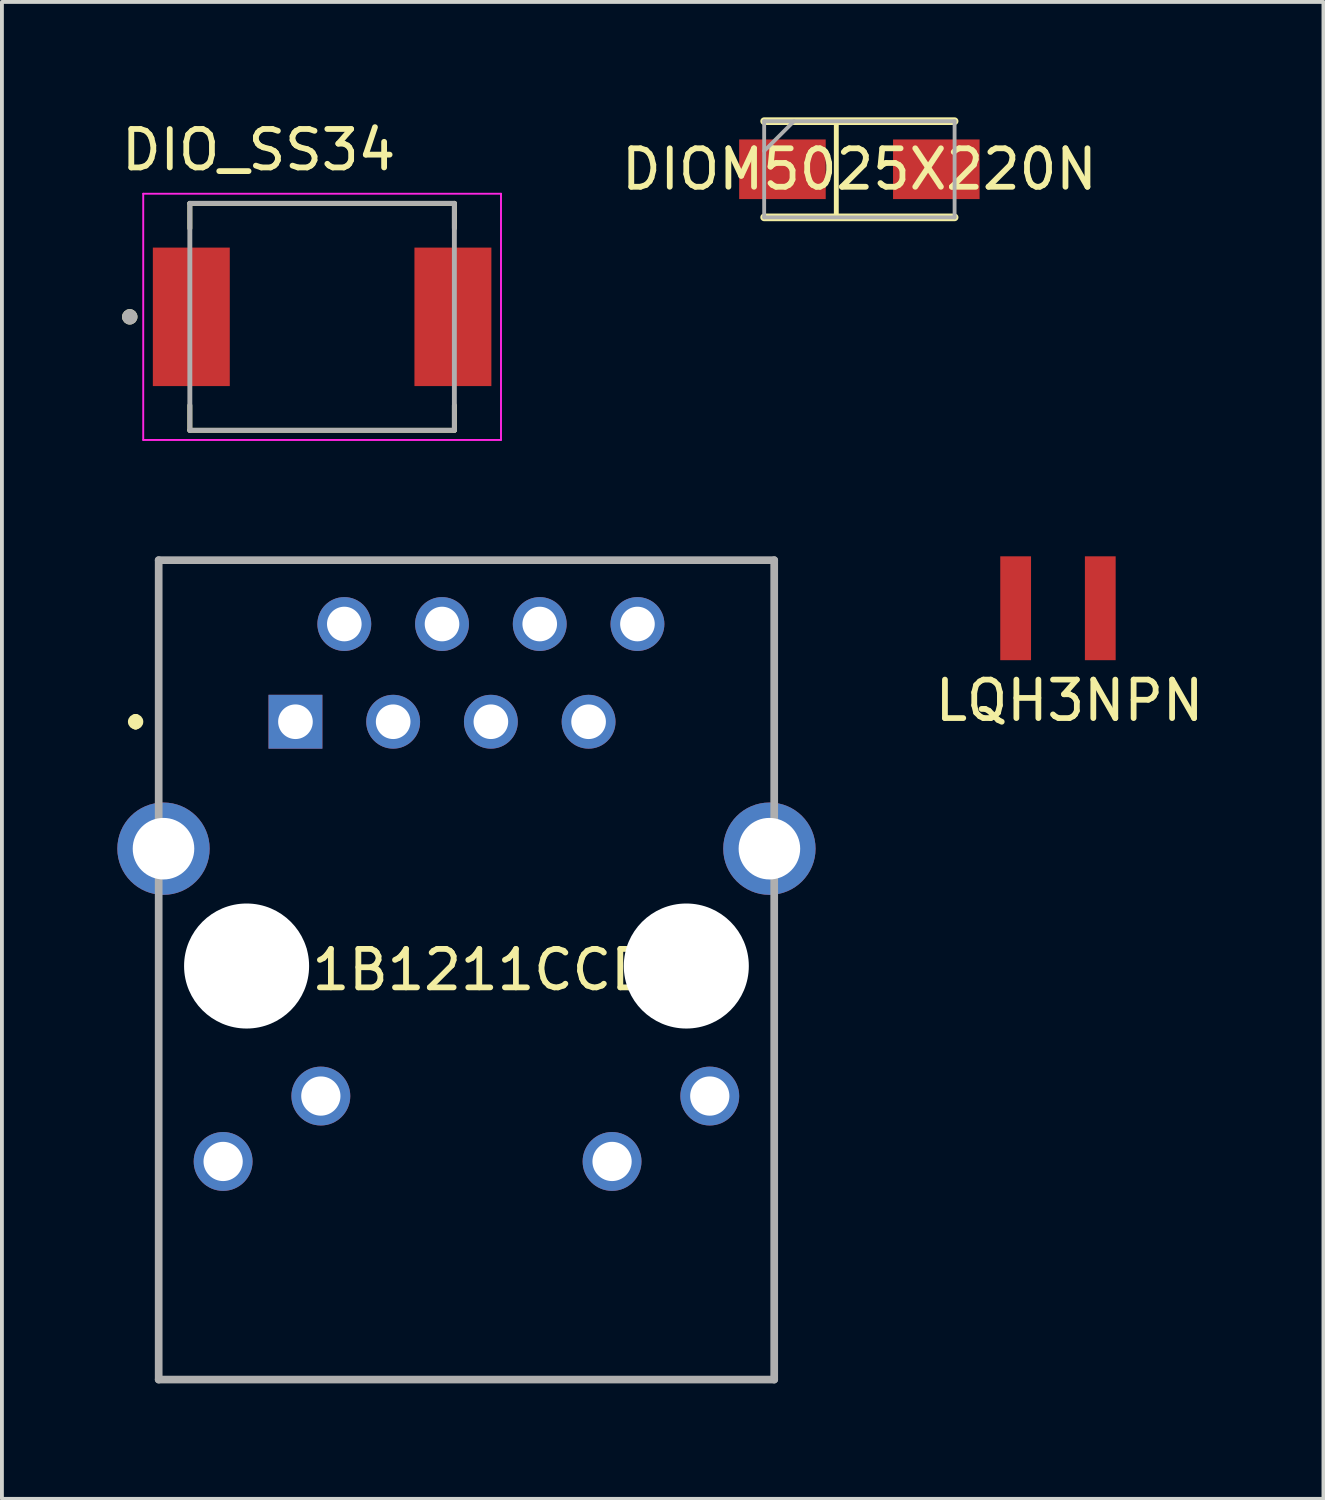
<source format=kicad_pcb>
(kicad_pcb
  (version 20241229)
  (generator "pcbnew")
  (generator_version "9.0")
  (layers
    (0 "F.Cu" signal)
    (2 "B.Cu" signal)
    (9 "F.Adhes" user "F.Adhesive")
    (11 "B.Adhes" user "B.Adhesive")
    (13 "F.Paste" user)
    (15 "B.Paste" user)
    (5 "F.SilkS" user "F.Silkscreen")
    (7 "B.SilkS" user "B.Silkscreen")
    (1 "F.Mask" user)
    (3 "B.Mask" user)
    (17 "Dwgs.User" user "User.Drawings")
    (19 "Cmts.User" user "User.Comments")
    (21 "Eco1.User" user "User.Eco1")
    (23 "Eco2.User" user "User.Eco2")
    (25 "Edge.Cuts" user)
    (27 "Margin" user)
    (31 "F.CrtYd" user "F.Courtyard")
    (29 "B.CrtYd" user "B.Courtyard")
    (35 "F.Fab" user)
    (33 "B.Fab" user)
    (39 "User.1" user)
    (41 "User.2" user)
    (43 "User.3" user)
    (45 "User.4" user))
  (footprint "LQH3NPN"
    (layer "F.Cu")
    (at 24.451 12.761)
    (property "Reference" "LQH3NPN" (at 0.3 2.4 0) (layer "F.SilkS") (effects (font (size 1 1) (thickness 0.15))))
    (attr through_hole)
    (pad "1" smd rect (at -1.1 0) (size 0.8 2.7) (layers "F.Cu" "F.Mask" "F.Paste"))
    (pad "2" smd rect (at 1.1 0) (size 0.8 2.7) (layers "F.Cu" "F.Mask" "F.Paste")))
  (footprint "J1B1211CCD"
    (layer "F.Cu")
    (at 9.075 22.161)
    (property "Reference" "J1B1211CCD" (at 0 0 0) (layer "F.SilkS") (effects (font (size 1 1) (thickness 0.15))))
    (attr through_hole)
    (fp_line (start -8.6 -6.55) (end -8.6 -6.55) (stroke (width 0.2) (type solid)) (layer "F.SilkS"))
    (fp_line (start -8.6 -6.35) (end -8.6 -6.35) (stroke (width 0.2) (type solid)) (layer "F.SilkS"))
    (fp_line (start -8 -10.65) (end 8 -10.65) (stroke (width 0.1) (type solid)) (layer "F.SilkS"))
    (fp_line (start -8 -4.85) (end -8 -10.65) (stroke (width 0.1) (type solid)) (layer "F.SilkS"))
    (fp_line (start -8 -1.35) (end -8 10.65) (stroke (width 0.1) (type solid)) (layer "F.SilkS"))
    (fp_line (start -8 10.65) (end 8 10.65) (stroke (width 0.1) (type solid)) (layer "F.SilkS"))
    (fp_line (start 8 -10.65) (end 8 -4.85) (stroke (width 0.1) (type solid)) (layer "F.SilkS"))
    (fp_line (start 8 10.65) (end 8 -1.35) (stroke (width 0.1) (type solid)) (layer "F.SilkS"))
    (fp_arc (start -8.6 -6.55) (mid -8.5 -6.45) (end -8.6 -6.35) (stroke (width 0.2) (type solid)) (layer "F.SilkS"))
    (fp_arc (start -8.6 -6.35) (mid -8.7 -6.45) (end -8.6 -6.55) (stroke (width 0.2) (type solid)) (layer "F.SilkS"))
    (fp_line (start -8 -10.65) (end 8 -10.65) (stroke (width 0.2) (type solid)) (layer "F.Fab"))
    (fp_line (start -8 10.65) (end -8 -10.65) (stroke (width 0.2) (type solid)) (layer "F.Fab"))
    (fp_line (start 8 -10.65) (end 8 10.65) (stroke (width 0.2) (type solid)) (layer "F.Fab"))
    (fp_line (start 8 10.65) (end -8 10.65) (stroke (width 0.2) (type solid)) (layer "F.Fab"))
    (pad "" np_thru_hole circle (at -5.715 -0.1) (size 3.25 3.25) (drill 3.25) (layers "*.Cu" "*.Mask"))
    (pad "" np_thru_hole circle (at 5.715 -0.1) (size 3.25 3.25) (drill 3.25) (layers "*.Cu" "*.Mask"))
    (pad "1" thru_hole rect (at -4.445 -6.45) (size 1.4 1.4) (drill 0.9) (layers "*.Cu" "*.Mask"))
    (pad "2" thru_hole circle (at -3.175 -8.99) (size 1.4 1.4) (drill 0.9) (layers "*.Cu" "*.Mask"))
    (pad "3" thru_hole circle (at -1.905 -6.45) (size 1.4 1.4) (drill 0.9) (layers "*.Cu" "*.Mask"))
    (pad "4" thru_hole circle (at -0.635 -8.99) (size 1.4 1.4) (drill 0.9) (layers "*.Cu" "*.Mask"))
    (pad "5" thru_hole circle (at 0.635 -6.45) (size 1.4 1.4) (drill 0.9) (layers "*.Cu" "*.Mask"))
    (pad "6" thru_hole circle (at 1.905 -8.99) (size 1.4 1.4) (drill 0.9) (layers "*.Cu" "*.Mask"))
    (pad "7" thru_hole circle (at 3.175 -6.45) (size 1.4 1.4) (drill 0.9) (layers "*.Cu" "*.Mask"))
    (pad "8" thru_hole circle (at 4.445 -8.99) (size 1.4 1.4) (drill 0.9) (layers "*.Cu" "*.Mask"))
    (pad "9" thru_hole circle (at -6.325 4.98) (size 1.53 1.53) (drill 1.02) (layers "*.Cu" "*.Mask"))
    (pad "10" thru_hole circle (at -3.785 3.28) (size 1.53 1.53) (drill 1.02) (layers "*.Cu" "*.Mask"))
    (pad "11" thru_hole circle (at 3.785 4.98) (size 1.53 1.53) (drill 1.02) (layers "*.Cu" "*.Mask"))
    (pad "12" thru_hole circle (at 6.325 3.28) (size 1.53 1.53) (drill 1.02) (layers "*.Cu" "*.Mask"))
    (pad "13" thru_hole circle (at -7.875 -3.15) (size 2.4 2.4) (drill 1.6) (layers "*.Cu" "*.Mask"))
    (pad "14" thru_hole circle (at 7.875 -3.15) (size 2.4 2.4) (drill 1.6) (layers "*.Cu" "*.Mask")))
  (footprint "DIOM5025X220N"
    (layer "F.Cu")
    (at 19.289 1.35)
    (property "Reference" "DIOM5025X220N" (at 0 0 0) (layer "F.SilkS") (effects (font (size 1 1) (thickness 0.15))))
    (attr smd)
    (fp_line (start -2.475 1.25) (end 2.475 1.25) (stroke (width 0.2) (type solid)) (layer "F.SilkS"))
    (fp_line (start -0.6 -1.2) (end -0.6 1.2) (stroke (width 0.127) (type solid)) (layer "F.SilkS"))
    (fp_line (start 2.475 -1.25) (end -2.475 -1.25) (stroke (width 0.2) (type solid)) (layer "F.SilkS"))
    (fp_line (start -2.475 -1.25) (end 2.475 -1.25) (stroke (width 0.1) (type solid)) (layer "F.Fab"))
    (fp_line (start -2.475 -0.475) (end -1.7 -1.25) (stroke (width 0.1) (type solid)) (layer "F.Fab"))
    (fp_line (start -2.475 1.25) (end -2.475 -1.25) (stroke (width 0.1) (type solid)) (layer "F.Fab"))
    (fp_line (start 2.475 -1.25) (end 2.475 1.25) (stroke (width 0.1) (type solid)) (layer "F.Fab"))
    (fp_line (start 2.475 1.25) (end -2.475 1.25) (stroke (width 0.1) (type solid)) (layer "F.Fab"))
    (pad "1" smd rect (at -2 0) (size 2.25 1.55) (layers "F.Cu" "F.Mask" "F.Paste"))
    (pad "2" smd rect (at 2 0) (size 2.25 1.55) (layers "F.Cu" "F.Mask" "F.Paste")))
  (footprint "DIO_SS34"
    (layer "F.Cu")
    (at 5.323 5.186)
    (property "Reference" "DIO_SS34" (at -1.65 -4.338 0) (layer "F.SilkS") (effects (font (size 1 1) (thickness 0.15))))
    (attr smd)
    (fp_line (start -3.438 -2.95) (end -3.438 -2.3) (stroke (width 0.127) (type solid)) (layer "F.SilkS"))
    (fp_line (start -3.438 2.95) (end -3.438 2.3) (stroke (width 0.127) (type solid)) (layer "F.SilkS"))
    (fp_line (start -3.438 2.95) (end 3.438 2.95) (stroke (width 0.127) (type solid)) (layer "F.SilkS"))
    (fp_line (start 3.438 -2.95) (end -3.438 -2.95) (stroke (width 0.127) (type solid)) (layer "F.SilkS"))
    (fp_line (start 3.438 -2.3) (end 3.438 -2.95) (stroke (width 0.127) (type solid)) (layer "F.SilkS"))
    (fp_line (start 3.438 2.95) (end 3.438 2.3) (stroke (width 0.127) (type solid)) (layer "F.SilkS"))
    (fp_circle (center -5 0) (end -4.9 0) (stroke (width 0.2) (type solid)) (fill no) (layer "F.SilkS"))
    (fp_line (start -4.65 -3.2) (end -4.65 3.2) (stroke (width 0.05) (type solid)) (layer "F.CrtYd"))
    (fp_line (start -4.65 3.2) (end 4.65 3.2) (stroke (width 0.05) (type solid)) (layer "F.CrtYd"))
    (fp_line (start 4.65 -3.2) (end -4.65 -3.2) (stroke (width 0.05) (type solid)) (layer "F.CrtYd"))
    (fp_line (start 4.65 3.2) (end 4.65 -3.2) (stroke (width 0.05) (type solid)) (layer "F.CrtYd"))
    (fp_line (start -3.438 -2.95) (end -3.438 2.95) (stroke (width 0.127) (type solid)) (layer "F.Fab"))
    (fp_line (start -3.438 2.95) (end 3.438 2.95) (stroke (width 0.127) (type solid)) (layer "F.Fab"))
    (fp_line (start 3.438 -2.95) (end -3.438 -2.95) (stroke (width 0.127) (type solid)) (layer "F.Fab"))
    (fp_line (start 3.438 2.95) (end 3.438 -2.95) (stroke (width 0.127) (type solid)) (layer "F.Fab"))
    (fp_circle (center -5 0) (end -4.9 0) (stroke (width 0.2) (type solid)) (fill no) (layer "F.Fab"))
    (pad "A" smd rect (at 3.4 0) (size 2 3.6) (layers "F.Cu" "F.Mask" "F.Paste"))
    (pad "C" smd rect (at -3.4 0) (size 2 3.6) (layers "F.Cu" "F.Mask" "F.Paste")))
  (gr_rect
    (start -3 -3)
    (end 31.352 35.911)
    (stroke (width 0.1) (type default))
    (fill no)
    (layer "Edge.Cuts")))
</source>
